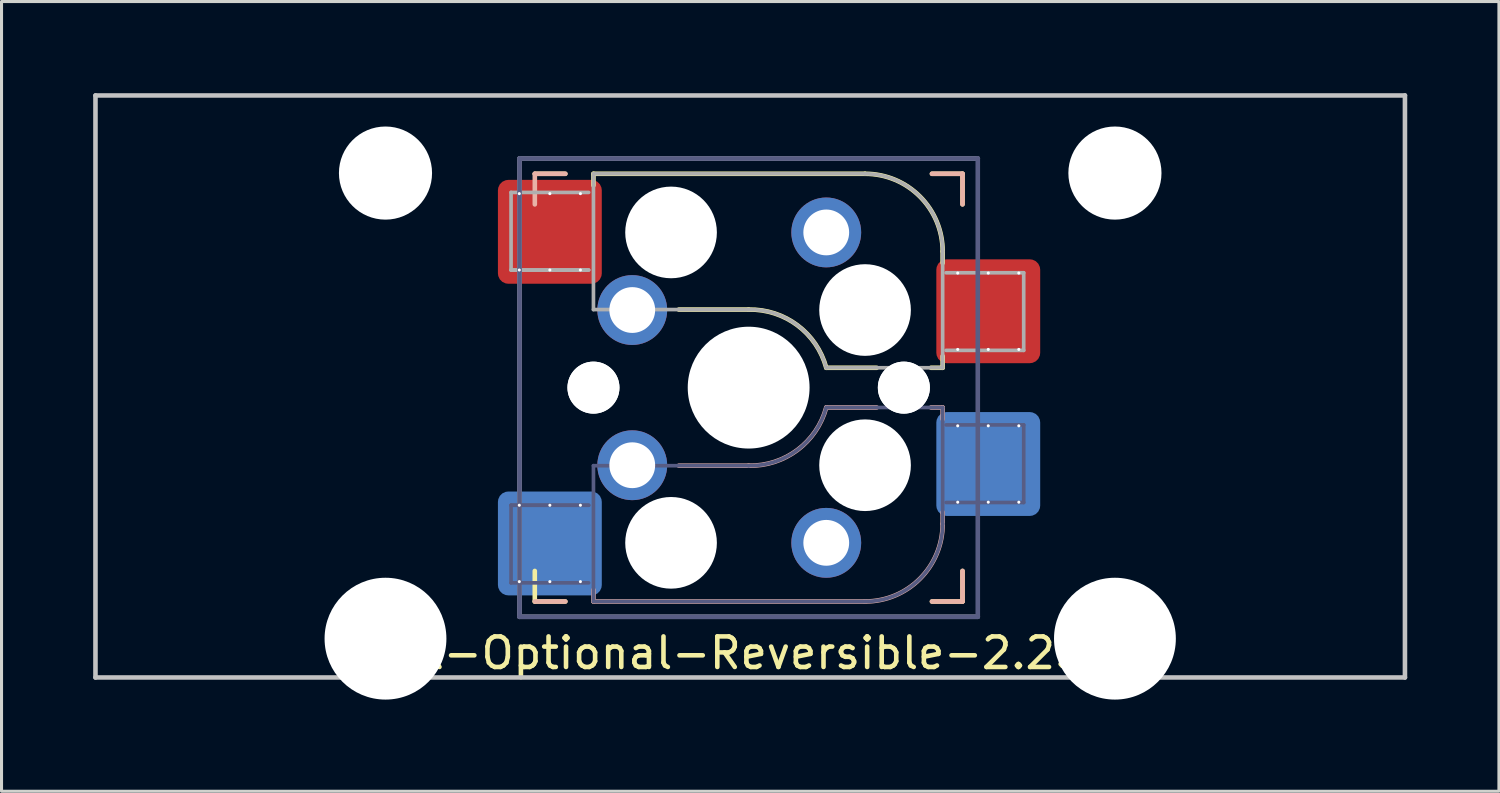
<source format=kicad_pcb>
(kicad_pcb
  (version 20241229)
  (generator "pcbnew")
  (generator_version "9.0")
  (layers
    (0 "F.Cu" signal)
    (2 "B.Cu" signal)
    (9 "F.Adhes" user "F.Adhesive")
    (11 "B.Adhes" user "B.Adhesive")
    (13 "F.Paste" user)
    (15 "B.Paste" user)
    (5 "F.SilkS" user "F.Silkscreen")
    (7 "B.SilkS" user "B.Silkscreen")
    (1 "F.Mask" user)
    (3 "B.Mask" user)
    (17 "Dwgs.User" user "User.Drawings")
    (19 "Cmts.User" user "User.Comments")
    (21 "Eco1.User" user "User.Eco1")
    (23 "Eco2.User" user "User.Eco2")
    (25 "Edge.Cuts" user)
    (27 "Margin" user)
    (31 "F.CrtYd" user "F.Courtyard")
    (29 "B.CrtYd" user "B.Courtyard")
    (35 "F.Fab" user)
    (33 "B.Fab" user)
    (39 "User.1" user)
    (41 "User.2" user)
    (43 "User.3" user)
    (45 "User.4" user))
  (footprint "MX-Optional-Reversible-2.25U"
    (layer "F.Cu")
    (at 21.506 9.6)
    (property "Reference" "MX-Optional-Reversible-2.25U" (at -0.077 8.726 180) (layer "F.SilkS") (effects (font (size 1 1) (thickness 0.15))))
    (attr smd)
    (fp_rect (start -8.258 -6.062) (end -4.858 -4.062) (stroke (width 0.1) (type solid)) (fill yes) (layer "F.Mask"))
    (fp_rect (start 6.092 -3.462) (end 9.492 -1.462) (stroke (width 0.1) (type solid)) (fill yes) (layer "F.Mask"))
    (fp_rect (start -4.858 4.138) (end -8.258 6.138) (stroke (width 0.1) (type solid)) (fill yes) (layer "B.Mask"))
    (fp_rect (start 9.492 1.538) (end 6.092 3.538) (stroke (width 0.1) (type solid)) (fill yes) (layer "B.Mask"))
    (fp_line (start -7.051 -6.962) (end -6.051 -6.962) (stroke (width 0.15) (type solid)) (layer "F.SilkS"))
    (fp_line (start -7.051 7.038) (end -7.051 6.038) (stroke (width 0.15) (type solid)) (layer "F.SilkS"))
    (fp_line (start -6.051 7.038) (end -7.051 7.038) (stroke (width 0.15) (type solid)) (layer "F.SilkS"))
    (fp_line (start -5.131 -6.581) (end -5.131 -6.962) (stroke (width 0.15) (type solid)) (layer "F.SilkS"))
    (fp_line (start -2.337 -2.517) (end -0.051 -2.517) (stroke (width 0.15) (type solid)) (layer "F.SilkS"))
    (fp_line (start 2.489 -0.612) (end 4.14 -0.612) (stroke (width 0.15) (type solid)) (layer "F.SilkS"))
    (fp_line (start 3.759 -6.962) (end -5.131 -6.962) (stroke (width 0.15) (type solid)) (layer "F.SilkS"))
    (fp_line (start 5.918 -0.612) (end 6.299 -0.612) (stroke (width 0.15) (type solid)) (layer "F.SilkS"))
    (fp_line (start 5.949 -6.962) (end 6.949 -6.962) (stroke (width 0.15) (type solid)) (layer "F.SilkS"))
    (fp_line (start 6.299 -4.041) (end 6.299 -4.422) (stroke (width 0.15) (type solid)) (layer "F.SilkS"))
    (fp_line (start 6.299 -0.612) (end 6.299 -0.993) (stroke (width 0.15) (type solid)) (layer "F.SilkS"))
    (fp_line (start 6.949 -6.962) (end 6.949 -5.962) (stroke (width 0.15) (type solid)) (layer "F.SilkS"))
    (fp_line (start 6.949 6.038) (end 6.949 7.038) (stroke (width 0.15) (type solid)) (layer "F.SilkS"))
    (fp_line (start 6.949 7.038) (end 5.949 7.038) (stroke (width 0.15) (type solid)) (layer "F.SilkS"))
    (fp_arc (start -0.05085 -2.51696) (mid 1.54712 -2.001754) (end 2.48915 -0.61196) (stroke (width 0.15) (type solid)) (layer "F.SilkS"))
    (fp_arc (start 3.75915 -6.96196) (mid 5.555201 -6.218011) (end 6.29915 -4.42196) (stroke (width 0.15) (type solid)) (layer "F.SilkS"))
    (fp_line (start -7.051 -6.962) (end -6.051 -6.962) (stroke (width 0.15) (type solid)) (layer "B.SilkS"))
    (fp_line (start -7.05 -6.96) (end -7.05 -5.96) (stroke (width 0.15) (type solid)) (layer "B.SilkS"))
    (fp_line (start -6.051 7.038) (end -7.051 7.038) (stroke (width 0.15) (type solid)) (layer "B.SilkS"))
    (fp_line (start -5.131 7.038) (end -5.131 6.657) (stroke (width 0.15) (type solid)) (layer "B.SilkS"))
    (fp_line (start -5.131 7.038) (end 3.759 7.038) (stroke (width 0.15) (type solid)) (layer "B.SilkS"))
    (fp_line (start -0.051 2.593) (end -2.337 2.593) (stroke (width 0.15) (type solid)) (layer "B.SilkS"))
    (fp_line (start 4.14 0.688) (end 2.489 0.688) (stroke (width 0.15) (type solid)) (layer "B.SilkS"))
    (fp_line (start 5.949 -6.962) (end 6.949 -6.962) (stroke (width 0.15) (type solid)) (layer "B.SilkS"))
    (fp_line (start 6.299 0.688) (end 5.918 0.688) (stroke (width 0.15) (type solid)) (layer "B.SilkS"))
    (fp_line (start 6.299 1.069) (end 6.299 0.688) (stroke (width 0.15) (type solid)) (layer "B.SilkS"))
    (fp_line (start 6.299 4.498) (end 6.299 4.117) (stroke (width 0.15) (type solid)) (layer "B.SilkS"))
    (fp_line (start 6.949 -6.962) (end 6.949 -5.962) (stroke (width 0.15) (type solid)) (layer "B.SilkS"))
    (fp_line (start 6.949 6.038) (end 6.949 7.038) (stroke (width 0.15) (type solid)) (layer "B.SilkS"))
    (fp_line (start 6.949 7.038) (end 5.949 7.038) (stroke (width 0.15) (type solid)) (layer "B.SilkS"))
    (fp_arc (start 2.48915 0.68804) (mid 1.547119 2.077831) (end -0.05085 2.59304) (stroke (width 0.15) (type solid)) (layer "B.SilkS"))
    (fp_arc (start 6.29915 4.49804) (mid 5.555201 6.294091) (end 3.75915 7.03804) (stroke (width 0.15) (type solid)) (layer "B.SilkS"))
    (fp_line (start -21.431 9.525) (end -21.431 -9.525) (stroke (width 0.15) (type solid)) (layer "Dwgs.User"))
    (fp_line (start 21.431 -9.525) (end -21.431 -9.525) (stroke (width 0.15) (type solid)) (layer "Dwgs.User"))
    (fp_line (start 21.431 9.525) (end -21.431 9.525) (stroke (width 0.15) (type solid)) (layer "Dwgs.User"))
    (fp_line (start 21.431 9.525) (end 21.431 -9.525) (stroke (width 0.15) (type solid)) (layer "Dwgs.User"))
    (fp_line (start -6.951 6.938) (end 6.849 6.938) (stroke (width 0.15) (type solid)) (layer "Eco2.User"))
    (fp_line (start -6.95 -6.86) (end -6.95 6.94) (stroke (width 0.15) (type solid)) (layer "Eco2.User"))
    (fp_line (start 6.848 6.94) (end 6.848 -6.86) (stroke (width 0.15) (type solid)) (layer "Eco2.User"))
    (fp_line (start 6.849 -6.862) (end -6.951 -6.862) (stroke (width 0.15) (type solid)) (layer "Eco2.User"))
    (fp_line (start -7.828 3.888) (end -7.828 6.428) (stroke (width 0.12) (type solid)) (layer "B.Fab"))
    (fp_line (start -7.828 6.428) (end -5.288 6.428) (stroke (width 0.12) (type solid)) (layer "B.Fab"))
    (fp_line (start -7.551 -7.462) (end 7.449 -7.462) (stroke (width 0.15) (type solid)) (layer "B.Fab"))
    (fp_line (start -7.551 7.538) (end -7.551 -7.462) (stroke (width 0.15) (type solid)) (layer "B.Fab"))
    (fp_line (start -5.288 3.888) (end -7.828 3.888) (stroke (width 0.12) (type solid)) (layer "B.Fab"))
    (fp_line (start -5.288 3.888) (end -7.828 3.888) (stroke (width 0.12) (type solid)) (layer "B.Fab"))
    (fp_line (start -5.131 2.593) (end -5.131 7.038) (stroke (width 0.12) (type solid)) (layer "B.Fab"))
    (fp_line (start -5.131 7.038) (end 3.759 7.038) (stroke (width 0.12) (type solid)) (layer "B.Fab"))
    (fp_line (start -0.051 2.593) (end -5.131 2.593) (stroke (width 0.12) (type solid)) (layer "B.Fab"))
    (fp_line (start 6.299 0.688) (end 2.489 0.688) (stroke (width 0.12) (type solid)) (layer "B.Fab"))
    (fp_line (start 6.299 4.498) (end 6.299 0.688) (stroke (width 0.12) (type solid)) (layer "B.Fab"))
    (fp_line (start 6.412 3.798) (end 8.952 3.798) (stroke (width 0.12) (type solid)) (layer "B.Fab"))
    (fp_line (start 7.449 -7.462) (end 7.449 7.538) (stroke (width 0.15) (type solid)) (layer "B.Fab"))
    (fp_line (start 7.449 7.538) (end -7.551 7.538) (stroke (width 0.15) (type solid)) (layer "B.Fab"))
    (fp_line (start 8.952 1.258) (end 6.412 1.258) (stroke (width 0.12) (type solid)) (layer "B.Fab"))
    (fp_line (start 8.952 3.798) (end 8.952 1.258) (stroke (width 0.12) (type solid)) (layer "B.Fab"))
    (fp_arc (start 2.48915 0.68804) (mid 1.547122 2.077836) (end -0.05085 2.59304) (stroke (width 0.12) (type solid)) (layer "B.Fab"))
    (fp_arc (start 6.29915 4.49804) (mid 5.555201 6.294091) (end 3.75915 7.03804) (stroke (width 0.12) (type solid)) (layer "B.Fab"))
    (fp_line (start -7.828 -6.352) (end -7.828 -3.812) (stroke (width 0.12) (type solid)) (layer "F.Fab"))
    (fp_line (start -7.828 -3.812) (end -5.288 -3.812) (stroke (width 0.12) (type solid)) (layer "F.Fab"))
    (fp_line (start -7.828 -3.812) (end -5.288 -3.812) (stroke (width 0.12) (type solid)) (layer "F.Fab"))
    (fp_line (start -7.551 -7.462) (end 7.449 -7.462) (stroke (width 0.15) (type solid)) (layer "F.Fab"))
    (fp_line (start -7.551 7.538) (end -7.551 -7.462) (stroke (width 0.15) (type solid)) (layer "F.Fab"))
    (fp_line (start -5.288 -6.352) (end -7.828 -6.352) (stroke (width 0.12) (type solid)) (layer "F.Fab"))
    (fp_line (start -5.131 -6.962) (end -5.131 -2.517) (stroke (width 0.12) (type solid)) (layer "F.Fab"))
    (fp_line (start -5.131 -2.517) (end -0.051 -2.517) (stroke (width 0.12) (type solid)) (layer "F.Fab"))
    (fp_line (start 2.489 -0.612) (end 6.299 -0.612) (stroke (width 0.12) (type solid)) (layer "F.Fab"))
    (fp_line (start 3.759 -6.962) (end -5.131 -6.962) (stroke (width 0.12) (type solid)) (layer "F.Fab"))
    (fp_line (start 6.299 -0.612) (end 6.299 -4.422) (stroke (width 0.12) (type solid)) (layer "F.Fab"))
    (fp_line (start 6.412 -1.182) (end 8.952 -1.182) (stroke (width 0.12) (type solid)) (layer "F.Fab"))
    (fp_line (start 7.449 7.538) (end -7.551 7.538) (stroke (width 0.15) (type solid)) (layer "F.Fab"))
    (fp_line (start 8.952 -3.722) (end 6.412 -3.722) (stroke (width 0.12) (type solid)) (layer "F.Fab"))
    (fp_line (start 8.952 -1.182) (end 8.952 -3.722) (stroke (width 0.12) (type solid)) (layer "F.Fab"))
    (fp_arc (start -0.05085 -2.51696) (mid 1.547122 -2.001755) (end 2.48915 -0.61196) (stroke (width 0.12) (type solid)) (layer "F.Fab"))
    (fp_arc (start 3.75915 -6.96196) (mid 5.555201 -6.218011) (end 6.29915 -4.42196) (stroke (width 0.12) (type solid)) (layer "F.Fab"))
    (pad "" np_thru_hole circle (at -11.938 -6.985) (size 3.048 3.048) (drill 3.048) (layers "*.Cu" "*.Mask"))
    (pad "" np_thru_hole circle (at -11.938 8.255) (size 3.988 3.988) (drill 3.988) (layers "*.Cu" "*.Mask"))
    (pad "" np_thru_hole circle (at -5.131 0.038 180) (size 1.702 1.702) (drill 1.702) (layers "*.Cu" "*.Mask"))
    (pad "" np_thru_hole circle (at -5.131 0.038) (size 1.702 1.702) (drill 1.702) (layers "*.Cu" "*.Mask"))
    (pad "" np_thru_hole circle (at -2.591 -5.042) (size 3 3) (drill 3) (layers "*.Cu" "*.Mask"))
    (pad "" np_thru_hole circle (at -2.591 5.118 180) (size 3 3) (drill 3) (layers "*.Cu" "*.Mask"))
    (pad "" np_thru_hole circle (at -0.051 0.038) (size 3.988 3.988) (drill 3.988) (layers "*.Cu" "*.Mask"))
    (pad "" np_thru_hole circle (at 3.759 -2.502) (size 3 3) (drill 3) (layers "*.Cu" "*.Mask"))
    (pad "" np_thru_hole circle (at 3.759 2.578 180) (size 3 3) (drill 3) (layers "*.Cu" "*.Mask"))
    (pad "" np_thru_hole circle (at 5.029 0.038) (size 1.702 1.702) (drill 1.702) (layers "*.Cu" "*.Mask"))
    (pad "" np_thru_hole circle (at 5.029 0.038 180) (size 1.702 1.702) (drill 1.702) (layers "*.Cu" "*.Mask"))
    (pad "" np_thru_hole circle (at 11.938 -6.985) (size 3.048 3.048) (drill 3.048) (layers "*.Cu" "*.Mask"))
    (pad "" np_thru_hole circle (at 11.938 8.255) (size 3.988 3.988) (drill 3.988) (layers "*.Cu" "*.Mask"))
    (pad "1" thru_hole circle (at -7.558 -6.312 270) (size 0.1 0.1) (drill 0.3) (layers "*.Cu" "*.Mask"))
    (pad "1" thru_hole circle (at -7.558 -3.812 270) (size 0.1 0.1) (drill 0.3) (layers "*.Cu" "*.Mask"))
    (pad "1" thru_hole circle (at -7.558 3.888 270) (size 0.1 0.1) (drill 0.3) (layers "*.Cu" "*.Mask"))
    (pad "1" thru_hole circle (at -7.558 6.388 270) (size 0.1 0.1) (drill 0.3) (layers "*.Cu" "*.Mask"))
    (pad "1" thru_hole circle (at -6.558 -6.312 270) (size 0.1 0.1) (drill 0.3) (layers "*.Cu"))
    (pad "1" smd roundrect (at -6.558 -5.062 180) (size 3.4 3.4) (property pad_prop_bga) (layers "F.Cu" "F.Paste") (roundrect_rratio 0.1))
    (pad "1" thru_hole circle (at -6.558 -3.812 270) (size 0.1 0.1) (drill 0.3) (layers "*.Cu" "*.Mask"))
    (pad "1" thru_hole circle (at -6.558 3.888 270) (size 0.1 0.1) (drill 0.3) (layers "*.Cu" "*.Mask"))
    (pad "1" smd roundrect (at -6.558 5.138) (size 3.4 3.4) (property pad_prop_bga) (layers "B.Cu" "B.Paste") (roundrect_rratio 0.1))
    (pad "1" thru_hole circle (at -6.558 6.388 270) (size 0.1 0.1) (drill 0.3) (layers "*.Cu"))
    (pad "1" thru_hole circle (at -5.558 -6.312 270) (size 0.1 0.1) (drill 0.3) (layers "*.Cu"))
    (pad "1" thru_hole circle (at -5.558 -3.812 270) (size 0.1 0.1) (drill 0.3) (layers "*.Cu" "*.Mask"))
    (pad "1" thru_hole circle (at -5.558 3.888 270) (size 0.1 0.1) (drill 0.3) (layers "*.Cu" "*.Mask"))
    (pad "1" thru_hole circle (at -5.558 6.388 270) (size 0.1 0.1) (drill 0.3) (layers "*.Cu"))
    (pad "1" thru_hole circle (at -3.861 -2.502) (size 2.286 2.286) (drill 1.499) (layers "*.Cu" "*.Mask"))
    (pad "1" thru_hole circle (at -3.861 2.578 180) (size 2.286 2.286) (drill 1.499) (layers "*.Cu" "*.Mask"))
    (pad "2" thru_hole circle (at 2.489 -5.042) (size 2.286 2.286) (drill 1.499) (layers "*.Cu" "*.Mask"))
    (pad "2" thru_hole circle (at 2.489 5.118 180) (size 2.286 2.286) (drill 1.499) (layers "*.Cu" "*.Mask"))
    (pad "2" thru_hole circle (at 6.792 -3.712 270) (size 0.1 0.1) (drill 0.3) (layers "*.Cu" "*.Mask"))
    (pad "2" thru_hole circle (at 6.792 -1.212 270) (size 0.1 0.1) (drill 0.3) (layers "*.Cu" "*.Mask"))
    (pad "2" thru_hole circle (at 6.792 1.288 270) (size 0.1 0.1) (drill 0.3) (layers "*.Cu" "*.Mask"))
    (pad "2" thru_hole circle (at 6.792 3.788 270) (size 0.1 0.1) (drill 0.3) (layers "*.Cu" "*.Mask"))
    (pad "2" thru_hole circle (at 7.792 -3.712 270) (size 0.1 0.1) (drill 0.3) (layers "*.Cu"))
    (pad "2" smd roundrect (at 7.792 -2.462 180) (size 3.4 3.4) (property pad_prop_bga) (layers "F.Cu" "F.Paste") (roundrect_rratio 0.1))
    (pad "2" thru_hole circle (at 7.792 -1.212 270) (size 0.1 0.1) (drill 0.3) (layers "*.Cu" "*.Mask"))
    (pad "2" thru_hole circle (at 7.792 1.288 270) (size 0.1 0.1) (drill 0.3) (layers "*.Cu" "*.Mask"))
    (pad "2" smd roundrect (at 7.792 2.538) (size 3.4 3.4) (property pad_prop_bga) (layers "B.Cu" "B.Paste") (roundrect_rratio 0.1))
    (pad "2" thru_hole circle (at 7.792 3.788 270) (size 0.1 0.1) (drill 0.3) (layers "*.Cu"))
    (pad "2" thru_hole circle (at 8.792 -3.712 270) (size 0.1 0.1) (drill 0.3) (layers "*.Cu"))
    (pad "2" thru_hole circle (at 8.792 -1.212 270) (size 0.1 0.1) (drill 0.3) (layers "*.Cu" "*.Mask"))
    (pad "2" thru_hole circle (at 8.792 1.288 270) (size 0.1 0.1) (drill 0.3) (layers "*.Cu" "*.Mask"))
    (pad "2" thru_hole circle (at 8.792 3.788 270) (size 0.1 0.1) (drill 0.3) (layers "*.Cu")))
  (gr_rect
    (start -3 -3)
    (end 46.013 22.849)
    (stroke (width 0.1) (type default))
    (fill no)
    (layer "Edge.Cuts")))
</source>
